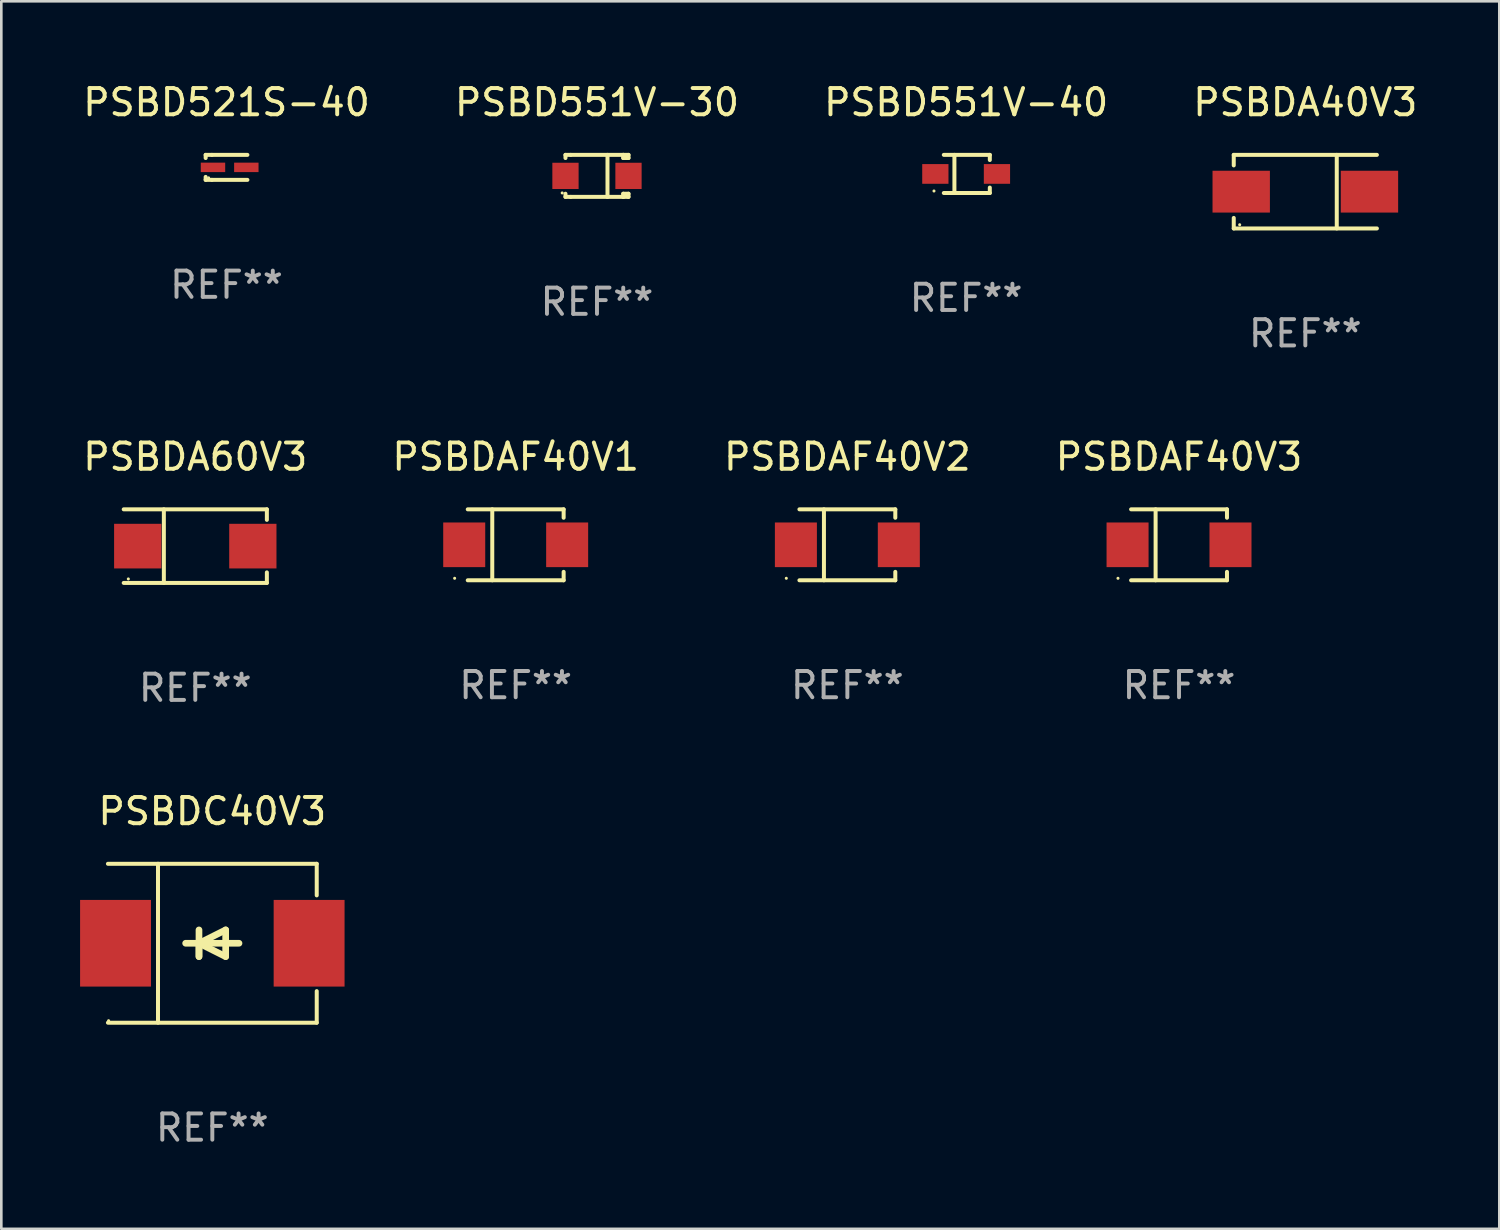
<source format=kicad_pcb>
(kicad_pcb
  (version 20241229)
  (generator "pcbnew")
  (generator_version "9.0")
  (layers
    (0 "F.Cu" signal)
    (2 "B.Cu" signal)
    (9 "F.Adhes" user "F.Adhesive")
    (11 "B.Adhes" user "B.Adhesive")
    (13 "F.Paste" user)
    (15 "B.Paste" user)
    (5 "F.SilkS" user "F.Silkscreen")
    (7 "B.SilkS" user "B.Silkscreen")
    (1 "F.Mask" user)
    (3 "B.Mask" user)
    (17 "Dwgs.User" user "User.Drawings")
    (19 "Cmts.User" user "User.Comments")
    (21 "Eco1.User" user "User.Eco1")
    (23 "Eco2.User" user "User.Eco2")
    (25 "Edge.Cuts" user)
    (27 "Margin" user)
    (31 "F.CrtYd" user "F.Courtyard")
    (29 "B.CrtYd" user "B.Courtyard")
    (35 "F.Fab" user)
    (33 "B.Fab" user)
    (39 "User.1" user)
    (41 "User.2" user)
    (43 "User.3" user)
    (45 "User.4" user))
  (footprint "PSBDAF40V2"
    (layer "F.Cu")
    (at 29.22 17.698)
    (property "Reference" "PSBDAF40V2" (at 0 -3.351 0) (layer "F.SilkS") (effects (font (size 1 1) (thickness 0.15))))
    (attr through_hole)
    (fp_line (start -1.826 -1.351) (end 1.826 -1.351) (stroke (width 0.152) (type solid)) (layer "F.SilkS"))
    (fp_line (start -1.826 1.351) (end 1.826 1.351) (stroke (width 0.152) (type solid)) (layer "F.SilkS"))
    (fp_line (start -0.892 -1.351) (end -0.892 1.351) (stroke (width 0.152) (type solid)) (layer "F.SilkS"))
    (fp_line (start 1.826 -1.351) (end 1.826 -1.03) (stroke (width 0.152) (type solid)) (layer "F.SilkS"))
    (fp_line (start 1.826 1.03) (end 1.826 1.351) (stroke (width 0.152) (type solid)) (layer "F.SilkS"))
    (fp_circle (center -2.325 1.275) (end -2.295 1.275) (stroke (width 0.06) (type solid)) (fill no) (layer "F.SilkS"))
    (fp_text user "REF**" (at 0 5.351 0) (layer "F.Fab") (effects (font (size 1 1) (thickness 0.15))))
    (pad "1" smd rect (at -1.96 0 180) (size 1.6 1.7) (layers "F.Cu" "F.Mask" "F.Paste"))
    (pad "2" smd rect (at 1.96 0 180) (size 1.6 1.7) (layers "F.Cu" "F.Mask" "F.Paste")))
  (footprint "PSBDA40V3"
    (layer "F.Cu")
    (at 46.661 4.249)
    (property "Reference" "PSBDA40V3" (at 0 -3.401 0) (layer "F.SilkS") (effects (font (size 1 1) (thickness 0.15))))
    (attr through_hole)
    (fp_line (start -2.726 -1.401) (end -2.726 -1) (stroke (width 0.152) (type solid)) (layer "F.SilkS"))
    (fp_line (start -2.726 1.401) (end -2.726 1) (stroke (width 0.152) (type solid)) (layer "F.SilkS"))
    (fp_line (start 1.197 1.401) (end 1.197 -1.401) (stroke (width 0.152) (type solid)) (layer "F.SilkS"))
    (fp_line (start 2.726 -1.401) (end -2.726 -1.401) (stroke (width 0.152) (type solid)) (layer "F.SilkS"))
    (fp_line (start 2.726 1.401) (end -2.726 1.401) (stroke (width 0.152) (type solid)) (layer "F.SilkS"))
    (fp_circle (center -2.5 1.26) (end -2.47 1.26) (stroke (width 0.06) (type solid)) (fill no) (layer "F.SilkS"))
    (fp_text user "REF**" (at 0 5.401 0) (layer "F.Fab") (effects (font (size 1 1) (thickness 0.15))))
    (pad "1" smd rect (at -2.442 0) (size 2.185 1.593) (layers "F.Cu" "F.Mask" "F.Paste"))
    (pad "2" smd rect (at 2.442 0) (size 2.185 1.593) (layers "F.Cu" "F.Mask" "F.Paste")))
  (footprint "PSBDAF40V1"
    (layer "F.Cu")
    (at 16.589 17.698)
    (property "Reference" "PSBDAF40V1" (at 0 -3.351 0) (layer "F.SilkS") (effects (font (size 1 1) (thickness 0.15))))
    (attr through_hole)
    (fp_line (start -1.826 -1.351) (end 1.826 -1.351) (stroke (width 0.152) (type solid)) (layer "F.SilkS"))
    (fp_line (start -1.826 1.351) (end 1.826 1.351) (stroke (width 0.152) (type solid)) (layer "F.SilkS"))
    (fp_line (start -0.892 -1.351) (end -0.892 1.351) (stroke (width 0.152) (type solid)) (layer "F.SilkS"))
    (fp_line (start 1.826 -1.351) (end 1.826 -1.03) (stroke (width 0.152) (type solid)) (layer "F.SilkS"))
    (fp_line (start 1.826 1.03) (end 1.826 1.351) (stroke (width 0.152) (type solid)) (layer "F.SilkS"))
    (fp_circle (center -2.325 1.275) (end -2.295 1.275) (stroke (width 0.06) (type solid)) (fill no) (layer "F.SilkS"))
    (fp_text user "REF**" (at 0 5.351 0) (layer "F.Fab") (effects (font (size 1 1) (thickness 0.15))))
    (pad "1" smd rect (at -1.96 0 180) (size 1.6 1.7) (layers "F.Cu" "F.Mask" "F.Paste"))
    (pad "2" smd rect (at 1.96 0 180) (size 1.6 1.7) (layers "F.Cu" "F.Mask" "F.Paste")))
  (footprint "PSBD551V-30"
    (layer "F.Cu")
    (at 19.685 3.648)
    (property "Reference" "PSBD551V-30" (at 0 -2.8 0) (layer "F.SilkS") (effects (font (size 1 1) (thickness 0.15))))
    (attr through_hole)
    (fp_line (start -1.2 -0.8) (end -1.2 -0.68) (stroke (width 0.152) (type solid)) (layer "F.SilkS"))
    (fp_line (start -1.2 0.68) (end -1.2 0.8) (stroke (width 0.152) (type solid)) (layer "F.SilkS"))
    (fp_line (start -1.2 0.8) (end -1 0.8) (stroke (width 0.152) (type solid)) (layer "F.SilkS"))
    (fp_line (start -1 -0.8) (end -1.2 -0.8) (stroke (width 0.152) (type solid)) (layer "F.SilkS"))
    (fp_line (start -1 -0.8) (end 1 -0.8) (stroke (width 0.152) (type solid)) (layer "F.SilkS"))
    (fp_line (start -1 0.8) (end 1 0.8) (stroke (width 0.152) (type solid)) (layer "F.SilkS"))
    (fp_line (start 0.4 -0.8) (end 0.4 0.8) (stroke (width 0.152) (type solid)) (layer "F.SilkS"))
    (fp_line (start 1 -0.8) (end 1 -0.68) (stroke (width 0.152) (type solid)) (layer "F.SilkS"))
    (fp_line (start 1 -0.8) (end 1.2 -0.8) (stroke (width 0.152) (type solid)) (layer "F.SilkS"))
    (fp_line (start 1 0.68) (end 1 0.8) (stroke (width 0.152) (type solid)) (layer "F.SilkS"))
    (fp_line (start 1 0.68) (end 1.2 0.68) (stroke (width 0.152) (type solid)) (layer "F.SilkS"))
    (fp_line (start 1.2 -0.8) (end 1.2 -0.68) (stroke (width 0.152) (type solid)) (layer "F.SilkS"))
    (fp_line (start 1.2 -0.68) (end 1 -0.68) (stroke (width 0.152) (type solid)) (layer "F.SilkS"))
    (fp_line (start 1.2 0.68) (end 1.2 0.8) (stroke (width 0.152) (type solid)) (layer "F.SilkS"))
    (fp_line (start 1.2 0.8) (end 1 0.8) (stroke (width 0.152) (type solid)) (layer "F.SilkS"))
    (fp_circle (center -1.325 0.65) (end -1.295 0.65) (stroke (width 0.06) (type solid)) (fill no) (layer "F.SilkS"))
    (fp_text user "REF**" (at 0 4.8 0) (layer "F.Fab") (effects (font (size 1 1) (thickness 0.15))))
    (pad "1" smd rect (at -1.2 0 180) (size 1 1) (layers "F.Cu" "F.Mask" "F.Paste"))
    (pad "2" smd rect (at 1.2 0 180) (size 1 1) (layers "F.Cu" "F.Mask" "F.Paste")))
  (footprint "PSBDA60V3"
    (layer "F.Cu")
    (at 4.387 17.748)
    (property "Reference" "PSBDA60V3" (at 0 -3.401 0) (layer "F.SilkS") (effects (font (size 1 1) (thickness 0.15))))
    (attr through_hole)
    (fp_line (start -2.726 -1.401) (end 2.726 -1.401) (stroke (width 0.152) (type solid)) (layer "F.SilkS"))
    (fp_line (start -2.726 1.401) (end 2.726 1.401) (stroke (width 0.152) (type solid)) (layer "F.SilkS"))
    (fp_line (start -1.197 -1.401) (end -1.197 1.401) (stroke (width 0.152) (type solid)) (layer "F.SilkS"))
    (fp_line (start 2.726 -1.401) (end 2.726 -1) (stroke (width 0.152) (type solid)) (layer "F.SilkS"))
    (fp_line (start 2.726 1.401) (end 2.726 1) (stroke (width 0.152) (type solid)) (layer "F.SilkS"))
    (fp_circle (center -2.55 1.25) (end -2.52 1.25) (stroke (width 0.06) (type solid)) (fill no) (layer "F.SilkS"))
    (fp_text user "REF**" (at 0 5.401 0) (layer "F.Fab") (effects (font (size 1 1) (thickness 0.15))))
    (pad "1" smd rect (at -2.192 0) (size 1.8 1.7) (layers "F.Cu" "F.Mask" "F.Paste"))
    (pad "2" smd rect (at 2.192 0) (size 1.8 1.7) (layers "F.Cu" "F.Mask" "F.Paste")))
  (footprint "PSBDC40V3"
    (layer "F.Cu")
    (at 5.036 32.872)
    (property "Reference" "PSBDC40V3" (at 0 -5.026 0) (layer "F.SilkS") (effects (font (size 1 1) (thickness 0.15))))
    (attr through_hole)
    (fp_line (start -3.976 -3.026) (end 3.976 -3.026) (stroke (width 0.152) (type solid)) (layer "F.SilkS"))
    (fp_line (start -3.976 3.026) (end 3.976 3.026) (stroke (width 0.152) (type solid)) (layer "F.SilkS"))
    (fp_line (start -2.069 -3.026) (end -2.069 3.026) (stroke (width 0.152) (type solid)) (layer "F.SilkS"))
    (fp_line (start -0.508 0) (end -0.508 0.508) (stroke (width 0.254) (type solid)) (layer "F.SilkS"))
    (fp_line (start -0.508 0) (end 0.508 0.508) (stroke (width 0.254) (type solid)) (layer "F.SilkS"))
    (fp_line (start -0.508 0.508) (end -0.508 -0.508) (stroke (width 0.254) (type solid)) (layer "F.SilkS"))
    (fp_line (start 0.508 -0.508) (end -0.508 0) (stroke (width 0.254) (type solid)) (layer "F.SilkS"))
    (fp_line (start 0.508 0.508) (end 0.508 -0.508) (stroke (width 0.254) (type solid)) (layer "F.SilkS"))
    (fp_line (start 1.016 0) (end -1.016 0) (stroke (width 0.254) (type solid)) (layer "F.SilkS"))
    (fp_line (start 3.976 -3.026) (end 3.976 -1.823) (stroke (width 0.152) (type solid)) (layer "F.SilkS"))
    (fp_line (start 3.976 3.026) (end 3.976 1.823) (stroke (width 0.152) (type solid)) (layer "F.SilkS"))
    (fp_circle (center -3.95 2.95) (end -3.92 2.95) (stroke (width 0.06) (type solid)) (fill no) (layer "F.SilkS"))
    (fp_text user "REF**" (at 0 7.026 0) (layer "F.Fab") (effects (font (size 1 1) (thickness 0.15))))
    (pad "1" smd rect (at -3.686 0) (size 2.7 3.3) (layers "F.Cu" "F.Mask" "F.Paste"))
    (pad "2" smd rect (at 3.686 0) (size 2.7 3.3) (layers "F.Cu" "F.Mask" "F.Paste")))
  (footprint "PSBDAF40V3"
    (layer "F.Cu")
    (at 41.851 17.698)
    (property "Reference" "PSBDAF40V3" (at 0 -3.351 0) (layer "F.SilkS") (effects (font (size 1 1) (thickness 0.15))))
    (attr through_hole)
    (fp_line (start -1.826 -1.351) (end 1.826 -1.351) (stroke (width 0.152) (type solid)) (layer "F.SilkS"))
    (fp_line (start -1.826 1.351) (end 1.826 1.351) (stroke (width 0.152) (type solid)) (layer "F.SilkS"))
    (fp_line (start -0.892 -1.351) (end -0.892 1.351) (stroke (width 0.152) (type solid)) (layer "F.SilkS"))
    (fp_line (start 1.826 -1.351) (end 1.826 -1.03) (stroke (width 0.152) (type solid)) (layer "F.SilkS"))
    (fp_line (start 1.826 1.03) (end 1.826 1.351) (stroke (width 0.152) (type solid)) (layer "F.SilkS"))
    (fp_circle (center -2.325 1.275) (end -2.295 1.275) (stroke (width 0.06) (type solid)) (fill no) (layer "F.SilkS"))
    (fp_text user "REF**" (at 0 5.351 0) (layer "F.Fab") (effects (font (size 1 1) (thickness 0.15))))
    (pad "1" smd rect (at -1.96 0 180) (size 1.6 1.7) (layers "F.Cu" "F.Mask" "F.Paste"))
    (pad "2" smd rect (at 1.96 0 180) (size 1.6 1.7) (layers "F.Cu" "F.Mask" "F.Paste")))
  (footprint "PSBD551V-40"
    (layer "F.Cu")
    (at 33.744 3.574)
    (property "Reference" "PSBD551V-40" (at 0 -2.726 0) (layer "F.SilkS") (effects (font (size 1 1) (thickness 0.15))))
    (attr through_hole)
    (fp_line (start -0.851 -0.726) (end 0.901 -0.726) (stroke (width 0.152) (type solid)) (layer "F.SilkS"))
    (fp_line (start -0.851 0.726) (end 0.901 0.726) (stroke (width 0.152) (type solid)) (layer "F.SilkS"))
    (fp_line (start -0.447 -0.726) (end -0.447 0.726) (stroke (width 0.152) (type solid)) (layer "F.SilkS"))
    (fp_line (start 0.901 -0.726) (end 0.901 -0.53) (stroke (width 0.152) (type solid)) (layer "F.SilkS"))
    (fp_line (start 0.901 0.726) (end 0.901 0.52) (stroke (width 0.152) (type solid)) (layer "F.SilkS"))
    (fp_circle (center -1.225 0.65) (end -1.195 0.65) (stroke (width 0.06) (type solid)) (fill no) (layer "F.SilkS"))
    (fp_text user "REF**" (at 0 4.726 0) (layer "F.Fab") (effects (font (size 1 1) (thickness 0.15))))
    (pad "1" smd rect (at -1.173 0) (size 1 0.75) (layers "F.Cu" "F.Mask" "F.Paste"))
    (pad "2" smd rect (at 1.173 0) (size 1 0.75) (layers "F.Cu" "F.Mask" "F.Paste")))
  (footprint "PSBD521S-40"
    (layer "F.Cu")
    (at 5.577 3.324)
    (property "Reference" "PSBD521S-40" (at 0 -2.476 0) (layer "F.SilkS") (effects (font (size 1 1) (thickness 0.15))))
    (attr through_hole)
    (fp_line (start -0.795 -0.476) (end -0.795 -0.356) (stroke (width 0.152) (type solid)) (layer "F.SilkS"))
    (fp_line (start -0.795 0.363) (end -0.795 0.476) (stroke (width 0.152) (type solid)) (layer "F.SilkS"))
    (fp_line (start -0.795 0.476) (end -0.557 0.476) (stroke (width 0.152) (type solid)) (layer "F.SilkS"))
    (fp_line (start -0.557 -0.476) (end -0.795 -0.476) (stroke (width 0.152) (type solid)) (layer "F.SilkS"))
    (fp_line (start -0.557 -0.476) (end 0.795 -0.476) (stroke (width 0.152) (type solid)) (layer "F.SilkS"))
    (fp_line (start -0.557 0.476) (end 0.795 0.476) (stroke (width 0.152) (type solid)) (layer "F.SilkS"))
    (fp_circle (center -0.681 0.4) (end -0.651 0.4) (stroke (width 0.06) (type solid)) (fill no) (layer "F.SilkS"))
    (fp_text user "REF**" (at 0 4.476 0) (layer "F.Fab") (effects (font (size 1 1) (thickness 0.15))))
    (pad "1" smd rect (at -0.516 0 180) (size 0.93 0.36) (layers "F.Cu" "F.Mask" "F.Paste"))
    (pad "2" smd rect (at 0.754 0 180) (size 0.93 0.36) (layers "F.Cu" "F.Mask" "F.Paste")))
  (gr_rect
    (start -3 -3)
    (end 54.048 43.747)
    (stroke (width 0.1) (type default))
    (fill no)
    (layer "Edge.Cuts")))
</source>
